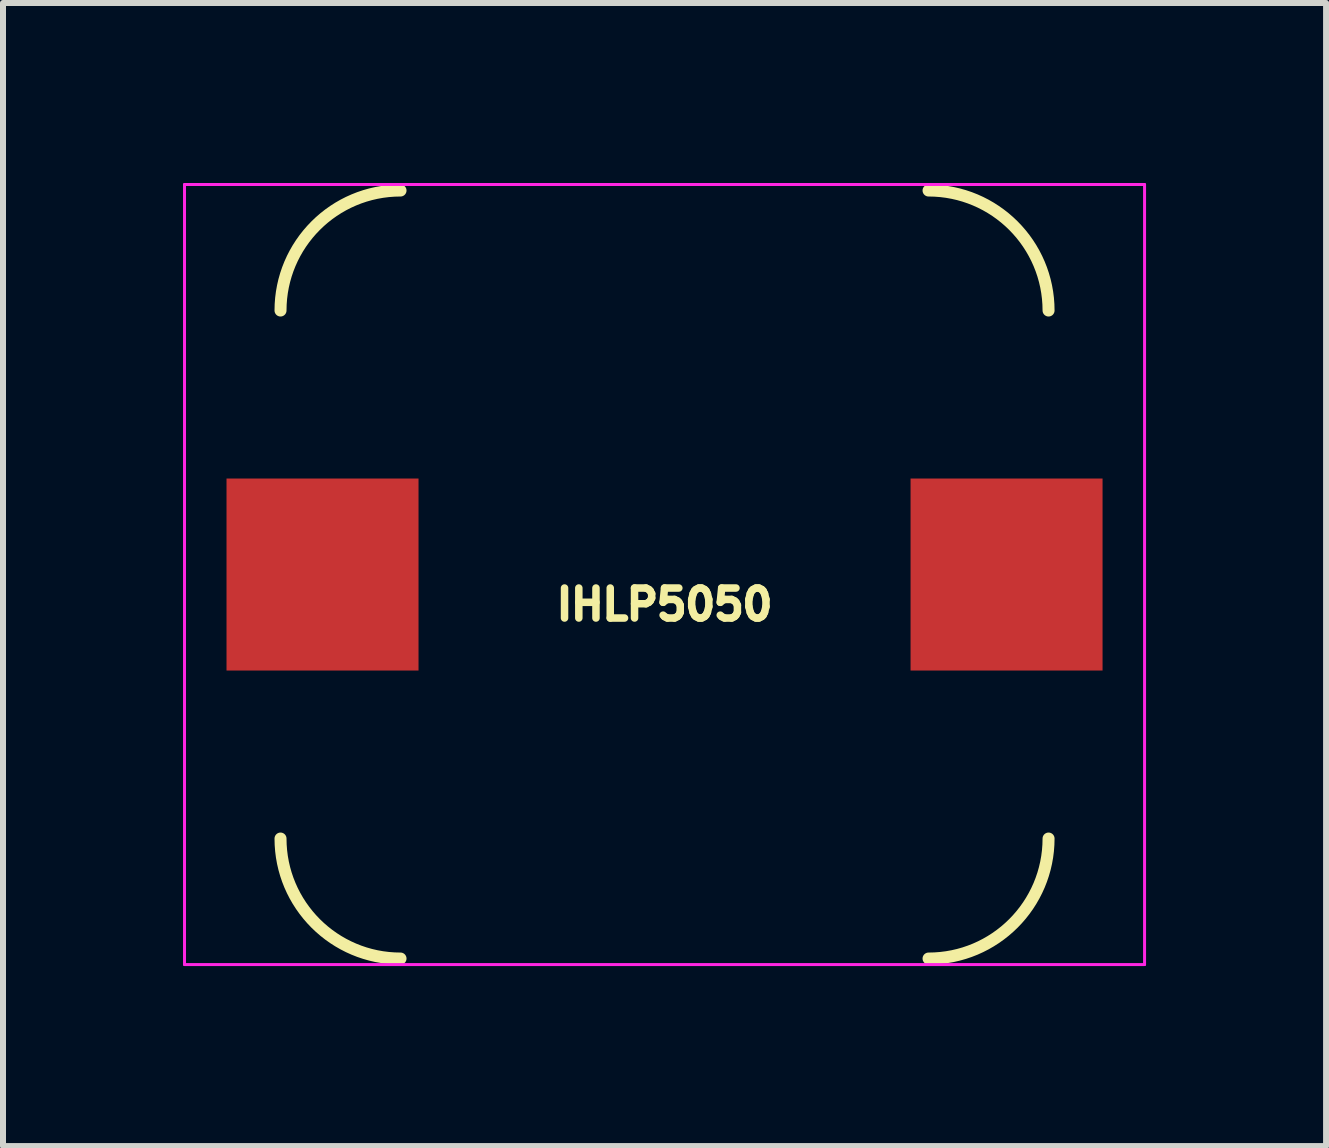
<source format=kicad_pcb>
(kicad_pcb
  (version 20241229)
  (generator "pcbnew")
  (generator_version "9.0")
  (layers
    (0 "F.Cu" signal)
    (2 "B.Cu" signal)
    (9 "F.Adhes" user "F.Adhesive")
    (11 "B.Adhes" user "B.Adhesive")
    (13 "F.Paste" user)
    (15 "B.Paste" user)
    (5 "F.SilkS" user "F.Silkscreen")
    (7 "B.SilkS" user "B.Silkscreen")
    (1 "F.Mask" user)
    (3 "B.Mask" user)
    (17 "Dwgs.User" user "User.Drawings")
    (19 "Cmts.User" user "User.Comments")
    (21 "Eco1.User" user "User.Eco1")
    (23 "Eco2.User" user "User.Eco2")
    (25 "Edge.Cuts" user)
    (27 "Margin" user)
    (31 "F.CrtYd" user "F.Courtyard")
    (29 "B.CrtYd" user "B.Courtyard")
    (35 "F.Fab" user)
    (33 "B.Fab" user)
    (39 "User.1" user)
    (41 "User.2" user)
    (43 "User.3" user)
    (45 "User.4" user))
  (footprint "IHLP5050"
    (layer "F.Cu")
    (at 8.025 6.525)
    (property "Reference" "IHLP5050" (at 0 0.5 0) (layer "F.SilkS") (effects (font (size 0.5 0.5) (thickness 0.125))))
    (attr through_hole)
    (fp_arc (start -6.4 -4.4) (mid -5.814214 -5.814214) (end -4.4 -6.4) (stroke (width 0.2) (type solid)) (layer "F.SilkS"))
    (fp_arc (start -4.4 6.4) (mid -5.814214 5.814214) (end -6.4 4.4) (stroke (width 0.2) (type solid)) (layer "F.SilkS"))
    (fp_arc (start 4.4 -6.4) (mid 5.814214 -5.814214) (end 6.4 -4.4) (stroke (width 0.2) (type solid)) (layer "F.SilkS"))
    (fp_arc (start 6.4 4.4) (mid 5.814214 5.814214) (end 4.4 6.4) (stroke (width 0.2) (type solid)) (layer "F.SilkS"))
    (fp_line (start -8 -6.5) (end 8 -6.5) (stroke (width 0.05) (type solid)) (layer "F.CrtYd"))
    (fp_line (start -8 6.5) (end -8 -6.5) (stroke (width 0.05) (type solid)) (layer "F.CrtYd"))
    (fp_line (start 8 -6.5) (end 8 6.5) (stroke (width 0.05) (type solid)) (layer "F.CrtYd"))
    (fp_line (start 8 6.5) (end -8 6.5) (stroke (width 0.05) (type solid)) (layer "F.CrtYd"))
    (pad "1" smd rect (at -5.7 0) (size 3.2 3.2) (layers "F.Cu" "F.Mask" "F.Paste"))
    (pad "2" smd rect (at 5.7 0) (size 3.2 3.2) (layers "F.Cu" "F.Mask" "F.Paste")))
  (gr_rect
    (start -3 -3)
    (end 19.05 16.05)
    (stroke (width 0.1) (type default))
    (fill no)
    (layer "Edge.Cuts")))
</source>
